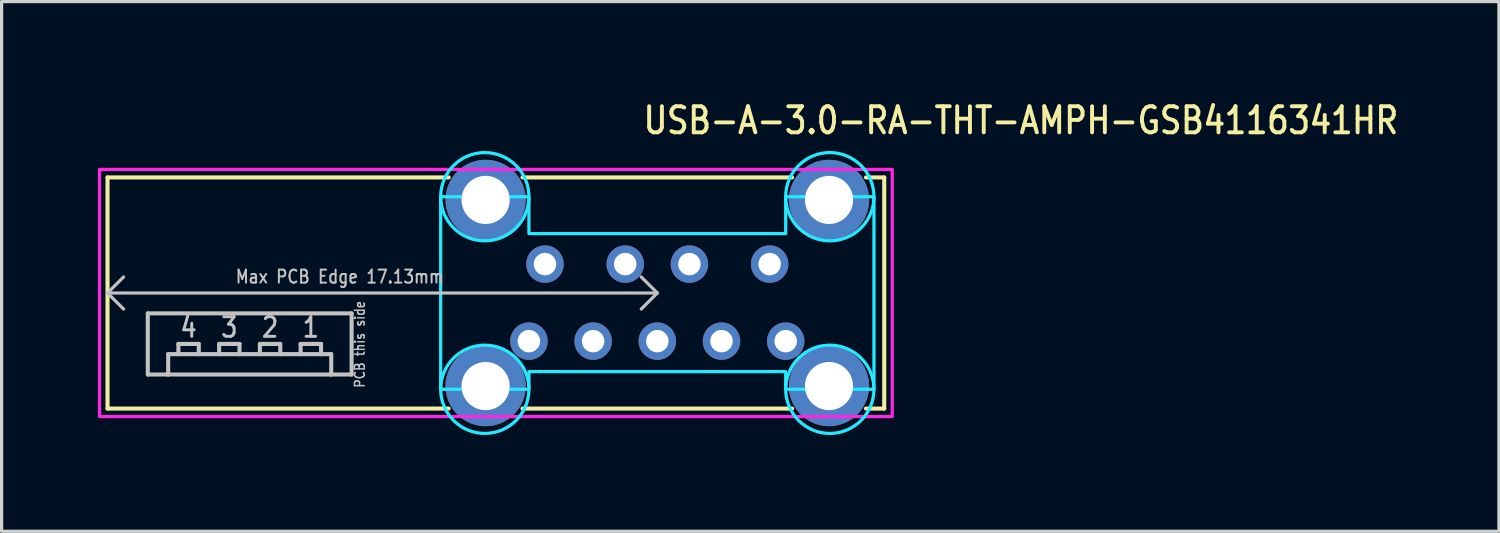
<source format=kicad_pcb>
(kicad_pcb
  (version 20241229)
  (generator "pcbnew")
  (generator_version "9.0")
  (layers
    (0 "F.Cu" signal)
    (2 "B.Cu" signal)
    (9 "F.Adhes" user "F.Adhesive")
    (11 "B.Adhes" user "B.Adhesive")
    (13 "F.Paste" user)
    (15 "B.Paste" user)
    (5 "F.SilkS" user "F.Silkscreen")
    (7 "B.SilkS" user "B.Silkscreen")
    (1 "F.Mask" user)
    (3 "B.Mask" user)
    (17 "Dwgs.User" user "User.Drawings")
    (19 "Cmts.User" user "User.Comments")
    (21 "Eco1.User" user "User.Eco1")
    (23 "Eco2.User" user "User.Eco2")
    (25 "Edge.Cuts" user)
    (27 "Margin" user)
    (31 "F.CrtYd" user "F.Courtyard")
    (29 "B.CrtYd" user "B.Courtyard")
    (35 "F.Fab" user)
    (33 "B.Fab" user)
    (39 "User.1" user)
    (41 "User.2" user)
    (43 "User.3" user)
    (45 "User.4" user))
  (footprint "USB-A-3.0-RA-THT-AMPH-GSB4116341HR"
    (layer "F.Cu")
    (at 17.43 6.079)
    (property "Reference" "USB-A-3.0-RA-THT-AMPH-GSB4116341HR" (at -0.5 -4.9 0) (unlocked yes) (layer "F.SilkS") (effects (font (size 0.813 0.695) (thickness 0.122)) (justify left bottom)))
    (fp_line (start -17.13 -3.6) (end -6.5 -3.6) (stroke (width 0.127) (type solid)) (layer "F.SilkS"))
    (fp_line (start -17.13 3.6) (end -17.13 -3.6) (stroke (width 0.127) (type solid)) (layer "F.SilkS"))
    (fp_line (start -6.5 3.6) (end -17.13 3.6) (stroke (width 0.127) (type solid)) (layer "F.SilkS"))
    (fp_line (start -4.2 -3.6) (end 4.2 -3.6) (stroke (width 0.127) (type solid)) (layer "F.SilkS"))
    (fp_line (start 4.2 3.6) (end -4.2 3.6) (stroke (width 0.127) (type solid)) (layer "F.SilkS"))
    (fp_line (start 6.5 -3.6) (end 7.07 -3.6) (stroke (width 0.127) (type solid)) (layer "F.SilkS"))
    (fp_line (start 7.07 -3.6) (end 7.07 3.6) (stroke (width 0.127) (type solid)) (layer "F.SilkS"))
    (fp_line (start 7.07 3.6) (end 6.5 3.6) (stroke (width 0.127) (type solid)) (layer "F.SilkS"))
    (fp_line (start -17.13 0) (end -16.63 -0.5) (stroke (width 0.1) (type solid)) (layer "Dwgs.User"))
    (fp_line (start -17.13 0) (end -16.63 0.5) (stroke (width 0.1) (type solid)) (layer "Dwgs.User"))
    (fp_line (start -15.875 0.635) (end -9.525 0.635) (stroke (width 0.127) (type solid)) (layer "Dwgs.User"))
    (fp_line (start -15.875 2.54) (end -15.875 0.635) (stroke (width 0.127) (type solid)) (layer "Dwgs.User"))
    (fp_line (start -15.24 1.905) (end -15.24 2.54) (stroke (width 0.127) (type solid)) (layer "Dwgs.User"))
    (fp_line (start -15.24 2.54) (end -15.875 2.54) (stroke (width 0.127) (type solid)) (layer "Dwgs.User"))
    (fp_line (start -14.922 1.587) (end -14.922 1.905) (stroke (width 0.127) (type solid)) (layer "Dwgs.User"))
    (fp_line (start -14.922 1.905) (end -15.24 1.905) (stroke (width 0.127) (type solid)) (layer "Dwgs.User"))
    (fp_line (start -14.287 1.587) (end -14.922 1.587) (stroke (width 0.127) (type solid)) (layer "Dwgs.User"))
    (fp_line (start -14.287 1.905) (end -14.922 1.905) (stroke (width 0.127) (type solid)) (layer "Dwgs.User"))
    (fp_line (start -14.287 1.905) (end -14.287 1.587) (stroke (width 0.127) (type solid)) (layer "Dwgs.User"))
    (fp_line (start -13.652 1.587) (end -13.652 1.905) (stroke (width 0.127) (type solid)) (layer "Dwgs.User"))
    (fp_line (start -13.652 1.905) (end -14.287 1.905) (stroke (width 0.127) (type solid)) (layer "Dwgs.User"))
    (fp_line (start -13.018 1.587) (end -13.652 1.587) (stroke (width 0.127) (type solid)) (layer "Dwgs.User"))
    (fp_line (start -13.018 1.905) (end -13.652 1.905) (stroke (width 0.127) (type solid)) (layer "Dwgs.User"))
    (fp_line (start -13.018 1.905) (end -13.018 1.587) (stroke (width 0.127) (type solid)) (layer "Dwgs.User"))
    (fp_line (start -12.383 1.587) (end -12.383 1.905) (stroke (width 0.127) (type solid)) (layer "Dwgs.User"))
    (fp_line (start -12.383 1.905) (end -13.018 1.905) (stroke (width 0.127) (type solid)) (layer "Dwgs.User"))
    (fp_line (start -11.748 1.587) (end -12.383 1.587) (stroke (width 0.127) (type solid)) (layer "Dwgs.User"))
    (fp_line (start -11.748 1.905) (end -12.383 1.905) (stroke (width 0.127) (type solid)) (layer "Dwgs.User"))
    (fp_line (start -11.748 1.905) (end -11.748 1.587) (stroke (width 0.127) (type solid)) (layer "Dwgs.User"))
    (fp_line (start -11.113 1.587) (end -11.113 1.905) (stroke (width 0.127) (type solid)) (layer "Dwgs.User"))
    (fp_line (start -11.113 1.905) (end -11.748 1.905) (stroke (width 0.127) (type solid)) (layer "Dwgs.User"))
    (fp_line (start -10.477 1.587) (end -11.113 1.587) (stroke (width 0.127) (type solid)) (layer "Dwgs.User"))
    (fp_line (start -10.477 1.905) (end -11.113 1.905) (stroke (width 0.127) (type solid)) (layer "Dwgs.User"))
    (fp_line (start -10.477 1.905) (end -10.477 1.587) (stroke (width 0.127) (type solid)) (layer "Dwgs.User"))
    (fp_line (start -10.16 1.905) (end -10.477 1.905) (stroke (width 0.127) (type solid)) (layer "Dwgs.User"))
    (fp_line (start -10.16 2.54) (end -15.24 2.54) (stroke (width 0.127) (type solid)) (layer "Dwgs.User"))
    (fp_line (start -10.16 2.54) (end -10.16 1.905) (stroke (width 0.127) (type solid)) (layer "Dwgs.User"))
    (fp_line (start -9.525 0.635) (end -9.525 2.54) (stroke (width 0.127) (type solid)) (layer "Dwgs.User"))
    (fp_line (start -9.525 2.54) (end -10.16 2.54) (stroke (width 0.127) (type solid)) (layer "Dwgs.User"))
    (fp_line (start 0 0) (end -17.13 0) (stroke (width 0.1) (type solid)) (layer "Dwgs.User"))
    (fp_line (start 0 0) (end -0.5 -0.5) (stroke (width 0.1) (type solid)) (layer "Dwgs.User"))
    (fp_line (start 0 0) (end -0.5 0.5) (stroke (width 0.1) (type solid)) (layer "Dwgs.User"))
    (fp_circle (center -5.375 -3) (end -6.75 -3) (stroke (width 0.1) (type solid)) (fill no) (layer "B.CrtYd"))
    (fp_circle (center -5.375 3) (end -4 3) (stroke (width 0.1) (type solid)) (fill no) (layer "B.CrtYd"))
    (fp_circle (center 5.375 -3) (end 4 -3) (stroke (width 0.1) (type solid)) (fill no) (layer "B.CrtYd"))
    (fp_circle (center 5.375 3) (end 6.75 3) (stroke (width 0.1) (type solid)) (fill no) (layer "B.CrtYd"))
    (fp_poly (pts (xy -6.75 -3) (xy -4 -3) (xy -4 -1.85) (xy 4 -1.85) (xy 4 -3) (xy 6.75 -3) (xy 6.75 3) (xy 4 3) (xy 4 2.45) (xy -4 2.45) (xy -4 3) (xy -6.75 3)) (stroke (width 0.1) (type solid)) (fill no) (layer "B.CrtYd"))
    (fp_poly (pts (xy -17.38 -3.85) (xy -6.456 -3.85) (xy -4.294 -3.85) (xy 4.294 -3.85) (xy 6.456 -3.85) (xy 7.32 -3.85) (xy 7.32 3.85) (xy 6.456 3.85) (xy 4.294 3.85) (xy -4.294 3.85) (xy -6.456 3.85) (xy -17.38 3.85)) (stroke (width 0.1) (type solid)) (fill no) (layer "F.CrtYd"))
    (fp_text user "3" (at -13.335 1.429 0) (unlocked yes) (layer "Dwgs.User") (effects (font (size 0.61 0.521) (thickness 0.091)) (justify bottom)))
    (fp_text user "PCB this side" (at -9.092 1.6 90) (unlocked yes) (layer "Dwgs.User") (effects (font (size 0.305 0.261) (thickness 0.046)) (justify bottom)))
    (fp_text user "4" (at -14.605 1.429 0) (unlocked yes) (layer "Dwgs.User") (effects (font (size 0.61 0.521) (thickness 0.091)) (justify bottom)))
    (fp_text user "1" (at -10.795 1.429 0) (unlocked yes) (layer "Dwgs.User") (effects (font (size 0.61 0.521) (thickness 0.091)) (justify bottom)))
    (fp_text user "2" (at -12.065 1.429 0) (unlocked yes) (layer "Dwgs.User") (effects (font (size 0.61 0.521) (thickness 0.091)) (justify bottom)))
    (fp_text user "Max PCB Edge 17.13mm" (at -13.17 -0.27 0) (unlocked yes) (layer "Dwgs.User") (effects (font (size 0.406 0.347) (thickness 0.061)) (justify left bottom)))
    (pad "P$1" thru_hole oval (at 3.5 -0.9) (size 1.167 1.167) (drill 0.7) (layers "*.Cu" "*.Mask"))
    (pad "P$2" thru_hole oval (at 1 -0.9) (size 1.167 1.167) (drill 0.7) (layers "*.Cu" "*.Mask"))
    (pad "P$3" thru_hole oval (at -1 -0.9) (size 1.167 1.167) (drill 0.7) (layers "*.Cu" "*.Mask"))
    (pad "P$4" thru_hole oval (at -3.5 -0.9) (size 1.167 1.167) (drill 0.7) (layers "*.Cu" "*.Mask"))
    (pad "P$5" thru_hole oval (at -4 1.5) (size 1.167 1.167) (drill 0.7) (layers "*.Cu" "*.Mask"))
    (pad "P$6" thru_hole oval (at -2 1.5) (size 1.167 1.167) (drill 0.7) (layers "*.Cu" "*.Mask"))
    (pad "P$7" thru_hole oval (at 0 1.5) (size 1.167 1.167) (drill 0.7) (layers "*.Cu" "*.Mask"))
    (pad "P$8" thru_hole oval (at 2 1.5) (size 1.167 1.167) (drill 0.7) (layers "*.Cu" "*.Mask"))
    (pad "P$9" thru_hole oval (at 4 1.5) (size 1.167 1.167) (drill 0.7) (layers "*.Cu" "*.Mask"))
    (pad "S$1" thru_hole oval (at -5.35 -2.9) (size 2.5 2.5) (drill 1.5) (layers "*.Cu" "*.Mask"))
    (pad "S$2" thru_hole oval (at -5.35 2.9) (size 2.5 2.5) (drill 1.5) (layers "*.Cu" "*.Mask"))
    (pad "S$3" thru_hole oval (at 5.35 2.9) (size 2.5 2.5) (drill 1.5) (layers "*.Cu" "*.Mask"))
    (pad "S$4" thru_hole oval (at 5.35 -2.9) (size 2.5 2.5) (drill 1.5) (layers "*.Cu" "*.Mask")))
  (gr_rect
    (start -3 -3)
    (end 43.652 13.504)
    (stroke (width 0.1) (type default))
    (fill no)
    (layer "Edge.Cuts")))
</source>
